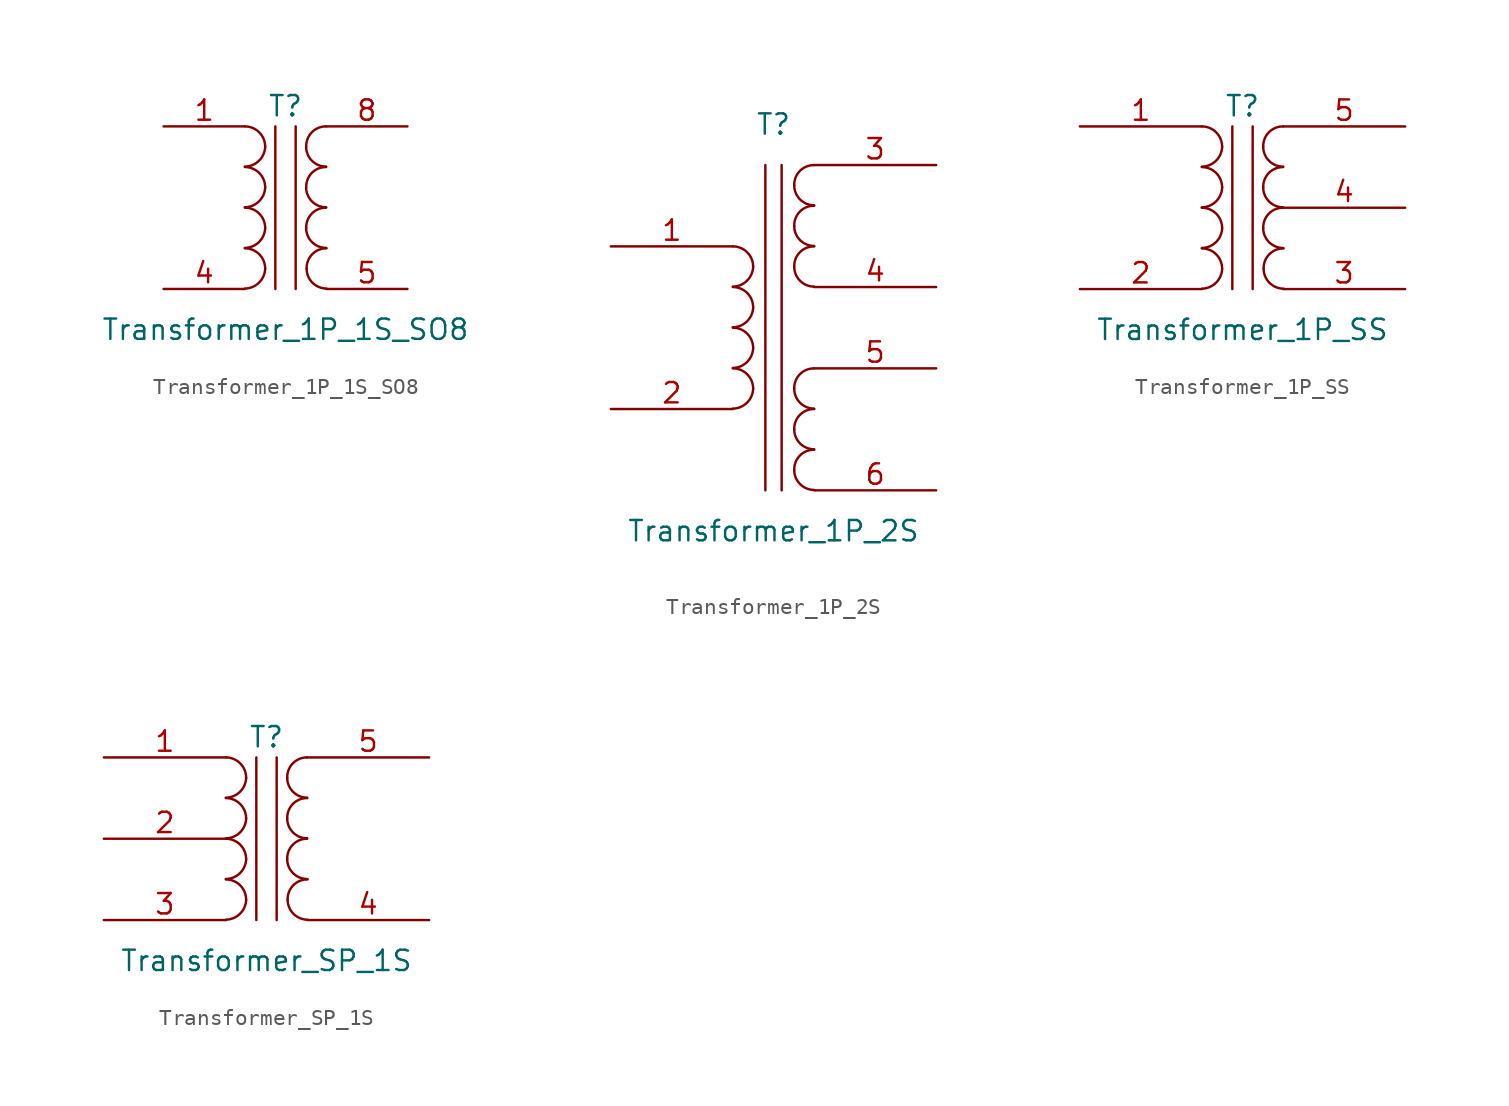
<source format=kicad_sym>
(kicad_symbol_lib
  (version 20241209)
  (generator "kicad_symbol_editor")
  (generator_version "9.0")
  (symbol "Transformer_1P_1S_SO8"
    (pin_names
      (offset 1.016)
      (hide yes))
    (property "Reference" "T"
      (at 0 6.35 0)
      (effects (font (size 1.27 1.27))))
    (property "Value" "Transformer_1P_1S_SO8"
      (at 0 -7.62 0)
      (effects (font (size 1.27 1.27))))
    (symbol "Transformer_1P_1S_SO8_0_1"
      (arc (start -1.27 3.81) (mid -1.656 2.9336) (end -2.54 2.5654) (stroke (width 0) (type default)) (fill (type none)))
      (arc (start -1.27 1.27) (mid -1.656 0.3936) (end -2.54 0.0254) (stroke (width 0) (type default)) (fill (type none)))
      (arc (start -1.27 -1.27) (mid -1.656 -2.1464) (end -2.54 -2.5146) (stroke (width 0) (type default)) (fill (type none)))
      (arc (start -1.27 -3.81) (mid -1.656 -4.6864) (end -2.54 -5.0546) (stroke (width 0) (type default)) (fill (type none)))
      (arc (start -2.54 5.08) (mid -1.642 4.708) (end -1.27 3.81) (stroke (width 0) (type default)) (fill (type none)))
      (arc (start -2.54 2.54) (mid -1.642 2.168) (end -1.27 1.27) (stroke (width 0) (type default)) (fill (type none)))
      (arc (start -2.54 0) (mid -1.642 -0.372) (end -1.27 -1.27) (stroke (width 0) (type default)) (fill (type none)))
      (arc (start -2.54 -2.54) (mid -1.642 -2.912) (end -1.27 -3.81) (stroke (width 0) (type default)) (fill (type none)))
      (polyline (pts (xy -0.635 5.08) (xy -0.635 -5.08)) (stroke (width 0) (type default)) (fill (type none)))
      (polyline (pts (xy 0.635 -5.08) (xy 0.635 5.08)) (stroke (width 0) (type default)) (fill (type none)))
      (arc (start 1.2954 3.81) (mid 1.6457 4.7117) (end 2.54 5.08) (stroke (width 0) (type default)) (fill (type none)))
      (arc (start 1.2954 1.27) (mid 1.6457 2.1717) (end 2.54 2.54) (stroke (width 0) (type default)) (fill (type none)))
      (arc (start 1.2954 -1.27) (mid 1.6457 -0.3683) (end 2.54 0) (stroke (width 0) (type default)) (fill (type none)))
      (arc (start 2.54 2.5654) (mid 1.6599 2.9299) (end 1.2954 3.81) (stroke (width 0) (type default)) (fill (type none)))
      (arc (start 2.54 0.0254) (mid 1.6599 0.3899) (end 1.2954 1.27) (stroke (width 0) (type default)) (fill (type none)))
      (arc (start 2.54 -2.5146) (mid 1.6599 -2.1501) (end 1.2954 -1.27) (stroke (width 0) (type default)) (fill (type none)))
      (arc (start 1.3208 -3.81) (mid 1.6711 -2.9085) (end 2.5654 -2.54) (stroke (width 0) (type default)) (fill (type none)))
      (arc (start 2.5654 -5.0546) (mid 1.6851 -4.6902) (end 1.3208 -3.81) (stroke (width 0) (type default)) (fill (type none))))
    (symbol "Transformer_1P_1S_SO8_1_1"
      (pin passive line (at -7.62 5.08 0) (length 5.08) (name "AA" (effects (font (size 1.27 1.27)))) (number "1" (effects (font (size 1.27 1.27)))))
      (pin passive line (at -7.62 -5.08 0) (length 5.08) (name "AB" (effects (font (size 1.27 1.27)))) (number "4" (effects (font (size 1.27 1.27)))))
      (pin passive line (at 7.62 5.08 180) (length 5.08) (name "SB" (effects (font (size 1.27 1.27)))) (number "8" (effects (font (size 1.27 1.27)))))
      (pin passive line (at 7.62 -5.08 180) (length 5.08) (name "SA" (effects (font (size 1.27 1.27)))) (number "5" (effects (font (size 1.27 1.27)))))))
  (symbol "Transformer_1P_2S"
    (pin_names
      (offset 1.016)
      (hide yes))
    (property "Reference" "T"
      (at 0 12.7 0)
      (effects (font (size 1.27 1.27))))
    (property "Value" "Transformer_1P_2S"
      (at 0 -12.7 0)
      (effects (font (size 1.27 1.27))))
    (symbol "Transformer_1P_2S_0_1"
      (arc (start -1.27 3.81) (mid -1.656 2.9336) (end -2.54 2.5654) (stroke (width 0) (type default)) (fill (type none)))
      (arc (start -1.27 1.27) (mid -1.656 0.3936) (end -2.54 0.0254) (stroke (width 0) (type default)) (fill (type none)))
      (arc (start -1.27 -1.27) (mid -1.656 -2.1464) (end -2.54 -2.5146) (stroke (width 0) (type default)) (fill (type none)))
      (arc (start -1.27 -3.81) (mid -1.656 -4.6864) (end -2.54 -5.0546) (stroke (width 0) (type default)) (fill (type none)))
      (arc (start -2.54 5.08) (mid -1.642 4.708) (end -1.27 3.81) (stroke (width 0) (type default)) (fill (type none)))
      (arc (start -2.54 2.54) (mid -1.642 2.168) (end -1.27 1.27) (stroke (width 0) (type default)) (fill (type none)))
      (arc (start -2.54 0) (mid -1.642 -0.372) (end -1.27 -1.27) (stroke (width 0) (type default)) (fill (type none)))
      (arc (start -2.54 -2.54) (mid -1.642 -2.912) (end -1.27 -3.81) (stroke (width 0) (type default)) (fill (type none)))
      (polyline (pts (xy -0.508 -10.16) (xy -0.508 10.16)) (stroke (width 0) (type default)) (fill (type none)))
      (polyline (pts (xy 0.508 10.16) (xy 0.508 -10.16)) (stroke (width 0) (type default)) (fill (type none)))
      (arc (start 1.2954 8.89) (mid 1.6457 9.7917) (end 2.54 10.16) (stroke (width 0) (type default)) (fill (type none)))
      (arc (start 1.2954 6.35) (mid 1.6457 7.2517) (end 2.54 7.62) (stroke (width 0) (type default)) (fill (type none)))
      (arc (start 1.2954 3.81) (mid 1.6457 4.7117) (end 2.54 5.08) (stroke (width 0) (type default)) (fill (type none)))
      (arc (start 1.2954 -3.81) (mid 1.6457 -2.9083) (end 2.54 -2.54) (stroke (width 0) (type default)) (fill (type none)))
      (arc (start 1.2954 -6.35) (mid 1.6457 -5.4483) (end 2.54 -5.08) (stroke (width 0) (type default)) (fill (type none)))
      (arc (start 1.2954 -8.89) (mid 1.6457 -7.9883) (end 2.54 -7.62) (stroke (width 0) (type default)) (fill (type none)))
      (arc (start 2.54 7.6454) (mid 1.6599 8.0099) (end 1.2954 8.89) (stroke (width 0) (type default)) (fill (type none)))
      (arc (start 2.54 5.1054) (mid 1.6599 5.4699) (end 1.2954 6.35) (stroke (width 0) (type default)) (fill (type none)))
      (arc (start 2.54 2.5654) (mid 1.6599 2.9299) (end 1.2954 3.81) (stroke (width 0) (type default)) (fill (type none)))
      (arc (start 2.54 -5.0546) (mid 1.6599 -4.6901) (end 1.2954 -3.81) (stroke (width 0) (type default)) (fill (type none)))
      (arc (start 2.54 -7.5946) (mid 1.6599 -7.2301) (end 1.2954 -6.35) (stroke (width 0) (type default)) (fill (type none)))
      (arc (start 2.54 -10.1346) (mid 1.6599 -9.7701) (end 1.2954 -8.89) (stroke (width 0) (type default)) (fill (type none))))
    (symbol "Transformer_1P_2S_1_1"
      (pin passive line (at -10.16 5.08 0) (length 7.62) (name "AA" (effects (font (size 1.27 1.27)))) (number "1" (effects (font (size 1.27 1.27)))))
      (pin passive line (at -10.16 -5.08 0) (length 7.62) (name "AB" (effects (font (size 1.27 1.27)))) (number "2" (effects (font (size 1.27 1.27)))))
      (pin passive line (at 10.16 10.16 180) (length 7.62) (name "SA" (effects (font (size 1.27 1.27)))) (number "3" (effects (font (size 1.27 1.27)))))
      (pin passive line (at 10.16 2.54 180) (length 7.62) (name "SB" (effects (font (size 1.27 1.27)))) (number "4" (effects (font (size 1.27 1.27)))))
      (pin passive line (at 10.16 -2.54 180) (length 7.62) (name "SC" (effects (font (size 1.27 1.27)))) (number "5" (effects (font (size 1.27 1.27)))))
      (pin passive line (at 10.16 -10.16 180) (length 7.62) (name "SD" (effects (font (size 1.27 1.27)))) (number "6" (effects (font (size 1.27 1.27)))))))
  (symbol "Transformer_1P_SS"
    (pin_names
      (offset 1.016)
      (hide yes))
    (property "Reference" "T"
      (at 0 6.35 0)
      (effects (font (size 1.27 1.27))))
    (property "Value" "Transformer_1P_SS"
      (at 0 -7.62 0)
      (effects (font (size 1.27 1.27))))
    (symbol "Transformer_1P_SS_0_1"
      (arc (start -1.27 3.81) (mid -1.656 2.9336) (end -2.54 2.5654) (stroke (width 0) (type default)) (fill (type none)))
      (arc (start -1.27 1.27) (mid -1.656 0.3936) (end -2.54 0.0254) (stroke (width 0) (type default)) (fill (type none)))
      (arc (start -1.27 -1.27) (mid -1.656 -2.1464) (end -2.54 -2.5146) (stroke (width 0) (type default)) (fill (type none)))
      (arc (start -1.27 -3.81) (mid -1.656 -4.6864) (end -2.54 -5.0546) (stroke (width 0) (type default)) (fill (type none)))
      (arc (start -2.54 5.08) (mid -1.642 4.708) (end -1.27 3.81) (stroke (width 0) (type default)) (fill (type none)))
      (arc (start -2.54 2.54) (mid -1.642 2.168) (end -1.27 1.27) (stroke (width 0) (type default)) (fill (type none)))
      (arc (start -2.54 0) (mid -1.642 -0.372) (end -1.27 -1.27) (stroke (width 0) (type default)) (fill (type none)))
      (arc (start -2.54 -2.54) (mid -1.642 -2.912) (end -1.27 -3.81) (stroke (width 0) (type default)) (fill (type none)))
      (polyline (pts (xy -0.635 5.08) (xy -0.635 -5.08)) (stroke (width 0) (type default)) (fill (type none)))
      (polyline (pts (xy 0.635 -5.08) (xy 0.635 5.08)) (stroke (width 0) (type default)) (fill (type none)))
      (arc (start 1.2954 3.81) (mid 1.6457 4.7117) (end 2.54 5.08) (stroke (width 0) (type default)) (fill (type none)))
      (arc (start 1.2954 1.27) (mid 1.6457 2.1717) (end 2.54 2.54) (stroke (width 0) (type default)) (fill (type none)))
      (arc (start 1.2954 -1.27) (mid 1.6457 -0.3683) (end 2.54 0) (stroke (width 0) (type default)) (fill (type none)))
      (arc (start 2.54 2.5654) (mid 1.6599 2.9299) (end 1.2954 3.81) (stroke (width 0) (type default)) (fill (type none)))
      (arc (start 2.54 0.0254) (mid 1.6599 0.3899) (end 1.2954 1.27) (stroke (width 0) (type default)) (fill (type none)))
      (arc (start 2.54 -2.5146) (mid 1.6599 -2.1501) (end 1.2954 -1.27) (stroke (width 0) (type default)) (fill (type none)))
      (arc (start 1.3208 -3.81) (mid 1.6711 -2.9085) (end 2.5654 -2.54) (stroke (width 0) (type default)) (fill (type none)))
      (arc (start 2.5654 -5.0546) (mid 1.6851 -4.6902) (end 1.3208 -3.81) (stroke (width 0) (type default)) (fill (type none))))
    (symbol "Transformer_1P_SS_1_1"
      (pin passive line (at -10.16 5.08 0) (length 7.62) (name "AA" (effects (font (size 1.27 1.27)))) (number "1" (effects (font (size 1.27 1.27)))))
      (pin passive line (at -10.16 -5.08 0) (length 7.62) (name "AB" (effects (font (size 1.27 1.27)))) (number "2" (effects (font (size 1.27 1.27)))))
      (pin passive line (at 10.16 5.08 180) (length 7.62) (name "SB" (effects (font (size 1.27 1.27)))) (number "5" (effects (font (size 1.27 1.27)))))
      (pin passive line (at 10.16 0 180) (length 7.62) (name "SC" (effects (font (size 1.27 1.27)))) (number "4" (effects (font (size 1.27 1.27)))))
      (pin passive line (at 10.16 -5.08 180) (length 7.62) (name "SA" (effects (font (size 1.27 1.27)))) (number "3" (effects (font (size 1.27 1.27)))))))
  (symbol "Transformer_SP_1S"
    (pin_names
      (offset 1.016)
      (hide yes))
    (property "Reference" "T"
      (at 0 6.35 0)
      (effects (font (size 1.27 1.27))))
    (property "Value" "Transformer_SP_1S"
      (at 0 -7.62 0)
      (effects (font (size 1.27 1.27))))
    (symbol "Transformer_SP_1S_0_1"
      (arc (start -1.27 3.81) (mid -1.656 2.9336) (end -2.54 2.5654) (stroke (width 0) (type default)) (fill (type none)))
      (arc (start -1.27 1.27) (mid -1.656 0.3936) (end -2.54 0.0254) (stroke (width 0) (type default)) (fill (type none)))
      (arc (start -1.27 -1.27) (mid -1.656 -2.1464) (end -2.54 -2.5146) (stroke (width 0) (type default)) (fill (type none)))
      (arc (start -1.27 -3.81) (mid -1.656 -4.6864) (end -2.54 -5.0546) (stroke (width 0) (type default)) (fill (type none)))
      (arc (start -2.54 5.08) (mid -1.642 4.708) (end -1.27 3.81) (stroke (width 0) (type default)) (fill (type none)))
      (arc (start -2.54 2.54) (mid -1.642 2.168) (end -1.27 1.27) (stroke (width 0) (type default)) (fill (type none)))
      (arc (start -2.54 0) (mid -1.642 -0.372) (end -1.27 -1.27) (stroke (width 0) (type default)) (fill (type none)))
      (arc (start -2.54 -2.54) (mid -1.642 -2.912) (end -1.27 -3.81) (stroke (width 0) (type default)) (fill (type none)))
      (polyline (pts (xy -0.635 5.08) (xy -0.635 -5.08)) (stroke (width 0) (type default)) (fill (type none)))
      (polyline (pts (xy 0.635 -5.08) (xy 0.635 5.08)) (stroke (width 0) (type default)) (fill (type none)))
      (arc (start 1.2954 3.81) (mid 1.6457 4.7117) (end 2.54 5.08) (stroke (width 0) (type default)) (fill (type none)))
      (arc (start 1.2954 1.27) (mid 1.6457 2.1717) (end 2.54 2.54) (stroke (width 0) (type default)) (fill (type none)))
      (arc (start 1.2954 -1.27) (mid 1.6457 -0.3683) (end 2.54 0) (stroke (width 0) (type default)) (fill (type none)))
      (arc (start 2.54 2.5654) (mid 1.6599 2.9299) (end 1.2954 3.81) (stroke (width 0) (type default)) (fill (type none)))
      (arc (start 2.54 0.0254) (mid 1.6599 0.3899) (end 1.2954 1.27) (stroke (width 0) (type default)) (fill (type none)))
      (arc (start 2.54 -2.5146) (mid 1.6599 -2.1501) (end 1.2954 -1.27) (stroke (width 0) (type default)) (fill (type none)))
      (arc (start 1.3208 -3.81) (mid 1.6711 -2.9085) (end 2.5654 -2.54) (stroke (width 0) (type default)) (fill (type none)))
      (arc (start 2.5654 -5.0546) (mid 1.6851 -4.6902) (end 1.3208 -3.81) (stroke (width 0) (type default)) (fill (type none))))
    (symbol "Transformer_SP_1S_1_1"
      (pin passive line (at -10.16 5.08 0) (length 7.62) (name "PR1" (effects (font (size 1.27 1.27)))) (number "1" (effects (font (size 1.27 1.27)))))
      (pin passive line (at -10.16 0 0) (length 7.62) (name "PM" (effects (font (size 1.27 1.27)))) (number "2" (effects (font (size 1.27 1.27)))))
      (pin passive line (at -10.16 -5.08 0) (length 7.62) (name "PR2" (effects (font (size 1.27 1.27)))) (number "3" (effects (font (size 1.27 1.27)))))
      (pin passive line (at 10.16 5.08 180) (length 7.62) (name "S2" (effects (font (size 1.27 1.27)))) (number "5" (effects (font (size 1.27 1.27)))))
      (pin passive line (at 10.16 -5.08 180) (length 7.62) (name "S1" (effects (font (size 1.27 1.27)))) (number "4" (effects (font (size 1.27 1.27))))))))
</source>
